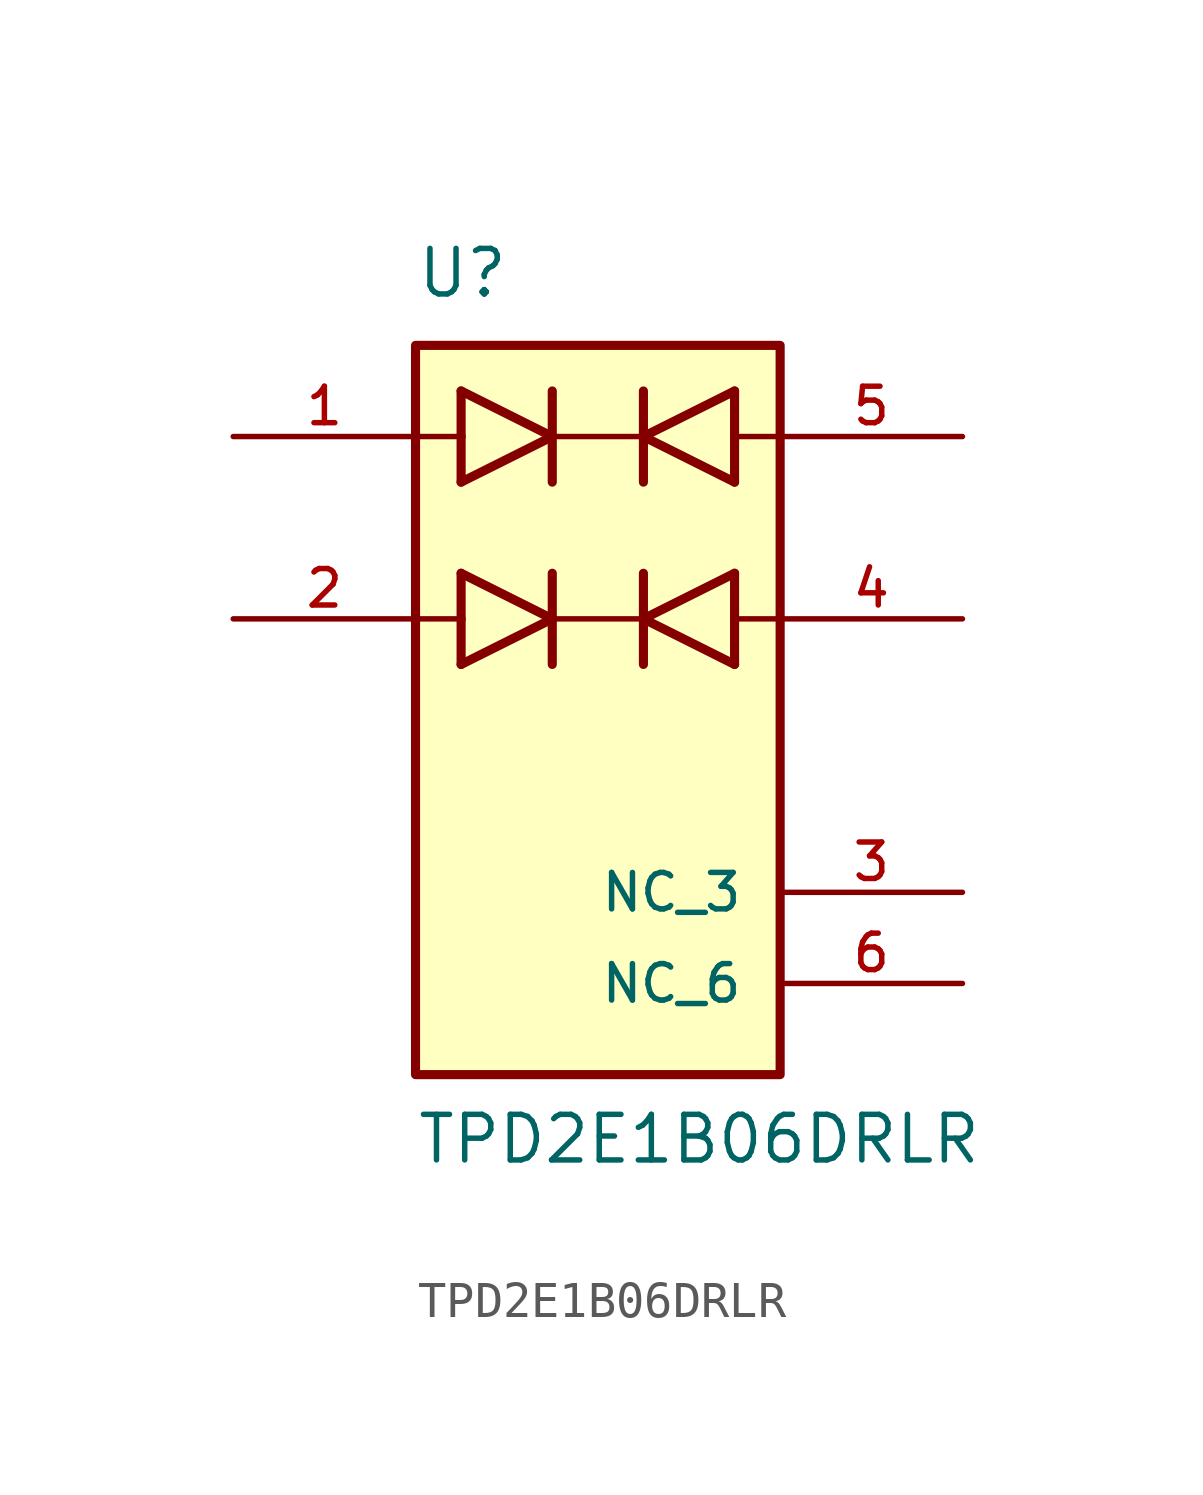
<source format=kicad_sym>
(kicad_symbol_lib
  (version 20211014)
  (generator kicad_symbol_editor)
  (symbol "TPD2E1B06DRLR"
    (pin_names
      (offset 1.016))
    (property "Reference" "U"
      (at -5.08 11.43 0)
      (effects (font (size 1.27 1.27)) (justify left bottom)))
    (property "Value" "TPD2E1B06DRLR"
      (at -5.08 -12.7 0)
      (effects (font (size 1.27 1.27)) (justify left bottom)))
    (property "ki_locked" ""
      (at 0 0 0)
      (effects (font (size 1.27 1.27))))
    (symbol "TPD2E1B06DRLR_0_0"
      (rectangle (start -5.08 -10.16) (end 5.08 10.16) (stroke (width 0.254) (type default) (color 0 0 0 0)) (fill (type background)))
      (polyline (pts (xy -5.08 2.54) (xy -3.81 2.54)) (stroke (width 0.152) (type default) (color 0 0 0 0)) (fill (type none)))
      (polyline (pts (xy -5.08 7.62) (xy -3.81 7.62)) (stroke (width 0.152) (type default) (color 0 0 0 0)) (fill (type none)))
      (polyline (pts (xy -3.81 1.27) (xy -1.27 2.54)) (stroke (width 0.254) (type default) (color 0 0 0 0)) (fill (type none)))
      (polyline (pts (xy -3.81 2.54) (xy -3.81 1.27)) (stroke (width 0.254) (type default) (color 0 0 0 0)) (fill (type none)))
      (polyline (pts (xy -3.81 3.81) (xy -3.81 2.54)) (stroke (width 0.254) (type default) (color 0 0 0 0)) (fill (type none)))
      (polyline (pts (xy -3.81 6.35) (xy -1.27 7.62)) (stroke (width 0.254) (type default) (color 0 0 0 0)) (fill (type none)))
      (polyline (pts (xy -3.81 7.62) (xy -3.81 6.35)) (stroke (width 0.254) (type default) (color 0 0 0 0)) (fill (type none)))
      (polyline (pts (xy -3.81 8.89) (xy -3.81 7.62)) (stroke (width 0.254) (type default) (color 0 0 0 0)) (fill (type none)))
      (polyline (pts (xy -1.27 2.54) (xy -3.81 3.81)) (stroke (width 0.254) (type default) (color 0 0 0 0)) (fill (type none)))
      (polyline (pts (xy -1.27 2.54) (xy -1.27 1.27)) (stroke (width 0.254) (type default) (color 0 0 0 0)) (fill (type none)))
      (polyline (pts (xy -1.27 2.54) (xy 1.27 2.54)) (stroke (width 0.152) (type default) (color 0 0 0 0)) (fill (type none)))
      (polyline (pts (xy -1.27 3.81) (xy -1.27 2.54)) (stroke (width 0.254) (type default) (color 0 0 0 0)) (fill (type none)))
      (polyline (pts (xy -1.27 7.62) (xy -3.81 8.89)) (stroke (width 0.254) (type default) (color 0 0 0 0)) (fill (type none)))
      (polyline (pts (xy -1.27 7.62) (xy -1.27 6.35)) (stroke (width 0.254) (type default) (color 0 0 0 0)) (fill (type none)))
      (polyline (pts (xy -1.27 7.62) (xy 1.27 7.62)) (stroke (width 0.152) (type default) (color 0 0 0 0)) (fill (type none)))
      (polyline (pts (xy -1.27 8.89) (xy -1.27 7.62)) (stroke (width 0.254) (type default) (color 0 0 0 0)) (fill (type none)))
      (polyline (pts (xy 1.27 1.27) (xy 1.27 2.54)) (stroke (width 0.254) (type default) (color 0 0 0 0)) (fill (type none)))
      (polyline (pts (xy 1.27 2.54) (xy 1.27 3.81)) (stroke (width 0.254) (type default) (color 0 0 0 0)) (fill (type none)))
      (polyline (pts (xy 1.27 2.54) (xy 3.81 1.27)) (stroke (width 0.254) (type default) (color 0 0 0 0)) (fill (type none)))
      (polyline (pts (xy 1.27 6.35) (xy 1.27 7.62)) (stroke (width 0.254) (type default) (color 0 0 0 0)) (fill (type none)))
      (polyline (pts (xy 1.27 7.62) (xy 1.27 8.89)) (stroke (width 0.254) (type default) (color 0 0 0 0)) (fill (type none)))
      (polyline (pts (xy 1.27 7.62) (xy 3.81 6.35)) (stroke (width 0.254) (type default) (color 0 0 0 0)) (fill (type none)))
      (polyline (pts (xy 3.81 1.27) (xy 3.81 2.54)) (stroke (width 0.254) (type default) (color 0 0 0 0)) (fill (type none)))
      (polyline (pts (xy 3.81 2.54) (xy 3.81 3.81)) (stroke (width 0.254) (type default) (color 0 0 0 0)) (fill (type none)))
      (polyline (pts (xy 3.81 2.54) (xy 5.08 2.54)) (stroke (width 0.152) (type default) (color 0 0 0 0)) (fill (type none)))
      (polyline (pts (xy 3.81 3.81) (xy 1.27 2.54)) (stroke (width 0.254) (type default) (color 0 0 0 0)) (fill (type none)))
      (polyline (pts (xy 3.81 6.35) (xy 3.81 7.62)) (stroke (width 0.254) (type default) (color 0 0 0 0)) (fill (type none)))
      (polyline (pts (xy 3.81 7.62) (xy 3.81 8.89)) (stroke (width 0.254) (type default) (color 0 0 0 0)) (fill (type none)))
      (polyline (pts (xy 3.81 7.62) (xy 5.08 7.62)) (stroke (width 0.152) (type default) (color 0 0 0 0)) (fill (type none)))
      (polyline (pts (xy 3.81 8.89) (xy 1.27 7.62)) (stroke (width 0.254) (type default) (color 0 0 0 0)) (fill (type none)))
      (pin bidirectional line (at -10.16 7.62 0) (length 5.08) (name "~" (effects (font (size 1.016 1.016)))) (number "1" (effects (font (size 1.016 1.016)))))
      (pin bidirectional line (at -10.16 2.54 0) (length 5.08) (name "~" (effects (font (size 1.016 1.016)))) (number "2" (effects (font (size 1.016 1.016)))))
      (pin passive line (at 10.16 -5.08 180) (length 5.08) (name "NC_3" (effects (font (size 1.016 1.016)))) (number "3" (effects (font (size 1.016 1.016)))))
      (pin bidirectional line (at 10.16 2.54 180) (length 5.08) (name "~" (effects (font (size 1.016 1.016)))) (number "4" (effects (font (size 1.016 1.016)))))
      (pin bidirectional line (at 10.16 7.62 180) (length 5.08) (name "~" (effects (font (size 1.016 1.016)))) (number "5" (effects (font (size 1.016 1.016)))))
      (pin passive line (at 10.16 -7.62 180) (length 5.08) (name "NC_6" (effects (font (size 1.016 1.016)))) (number "6" (effects (font (size 1.016 1.016))))))))
</source>
